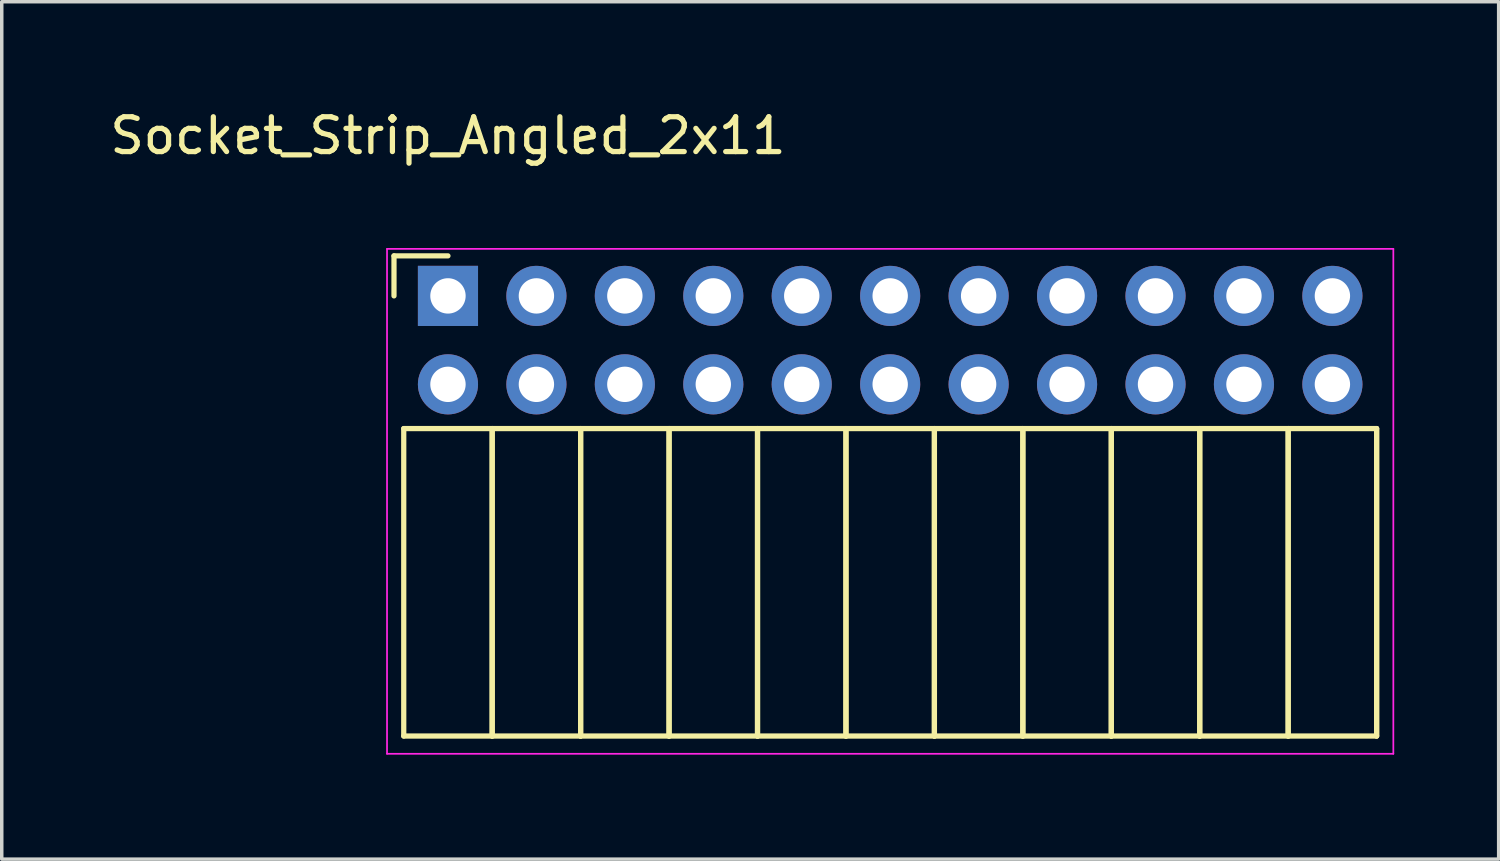
<source format=kicad_pcb>
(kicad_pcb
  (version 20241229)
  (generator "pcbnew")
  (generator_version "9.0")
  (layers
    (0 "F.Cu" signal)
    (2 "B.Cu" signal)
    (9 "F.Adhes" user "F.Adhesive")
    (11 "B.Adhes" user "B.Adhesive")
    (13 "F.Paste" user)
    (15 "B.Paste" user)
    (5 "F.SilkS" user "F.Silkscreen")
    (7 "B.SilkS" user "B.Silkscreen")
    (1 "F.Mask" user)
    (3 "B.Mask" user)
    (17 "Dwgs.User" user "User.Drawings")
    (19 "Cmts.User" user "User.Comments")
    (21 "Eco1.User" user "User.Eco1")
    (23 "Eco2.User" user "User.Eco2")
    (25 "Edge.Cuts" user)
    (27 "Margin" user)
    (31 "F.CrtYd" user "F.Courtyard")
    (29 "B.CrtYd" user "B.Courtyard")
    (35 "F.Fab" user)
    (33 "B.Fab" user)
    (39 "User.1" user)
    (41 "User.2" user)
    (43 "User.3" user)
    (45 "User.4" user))
  (footprint "Socket_Strip_Angled_2x11"
    (layer "F.Cu")
    (at 9.815 5.448)
    (property "Reference" "Socket_Strip_Angled_2x11" (at 0 -4.6 0) (layer "F.SilkS") (effects (font (size 1 1) (thickness 0.15))))
    (attr through_hole)
    (fp_line (start -1.55 -1.15) (end -1.55 0) (stroke (width 0.15) (type solid)) (layer "F.SilkS"))
    (fp_line (start -1.27 3.81) (end -1.27 12.64) (stroke (width 0.15) (type solid)) (layer "F.SilkS"))
    (fp_line (start -1.27 3.81) (end 1.27 3.81) (stroke (width 0.15) (type solid)) (layer "F.SilkS"))
    (fp_line (start -1.27 12.64) (end 1.27 12.64) (stroke (width 0.15) (type solid)) (layer "F.SilkS"))
    (fp_line (start 0 -1.15) (end -1.55 -1.15) (stroke (width 0.15) (type solid)) (layer "F.SilkS"))
    (fp_line (start 1.27 3.81) (end 1.27 12.64) (stroke (width 0.15) (type solid)) (layer "F.SilkS"))
    (fp_line (start 1.27 3.81) (end 3.81 3.81) (stroke (width 0.15) (type solid)) (layer "F.SilkS"))
    (fp_line (start 1.27 12.64) (end 1.27 3.81) (stroke (width 0.15) (type solid)) (layer "F.SilkS"))
    (fp_line (start 1.27 12.64) (end 3.81 12.64) (stroke (width 0.15) (type solid)) (layer "F.SilkS"))
    (fp_line (start 3.81 3.81) (end 3.81 12.64) (stroke (width 0.15) (type solid)) (layer "F.SilkS"))
    (fp_line (start 3.81 3.81) (end 6.35 3.81) (stroke (width 0.15) (type solid)) (layer "F.SilkS"))
    (fp_line (start 3.81 12.64) (end 3.81 3.81) (stroke (width 0.15) (type solid)) (layer "F.SilkS"))
    (fp_line (start 3.81 12.64) (end 6.35 12.64) (stroke (width 0.15) (type solid)) (layer "F.SilkS"))
    (fp_line (start 6.35 3.81) (end 6.35 12.64) (stroke (width 0.15) (type solid)) (layer "F.SilkS"))
    (fp_line (start 6.35 3.81) (end 8.89 3.81) (stroke (width 0.15) (type solid)) (layer "F.SilkS"))
    (fp_line (start 6.35 12.64) (end 6.35 3.81) (stroke (width 0.15) (type solid)) (layer "F.SilkS"))
    (fp_line (start 6.35 12.64) (end 8.89 12.64) (stroke (width 0.15) (type solid)) (layer "F.SilkS"))
    (fp_line (start 8.89 3.81) (end 8.89 12.64) (stroke (width 0.15) (type solid)) (layer "F.SilkS"))
    (fp_line (start 8.89 3.81) (end 11.43 3.81) (stroke (width 0.15) (type solid)) (layer "F.SilkS"))
    (fp_line (start 8.89 12.64) (end 8.89 3.81) (stroke (width 0.15) (type solid)) (layer "F.SilkS"))
    (fp_line (start 8.89 12.64) (end 11.43 12.64) (stroke (width 0.15) (type solid)) (layer "F.SilkS"))
    (fp_line (start 11.43 3.81) (end 11.43 12.64) (stroke (width 0.15) (type solid)) (layer "F.SilkS"))
    (fp_line (start 11.43 3.81) (end 13.97 3.81) (stroke (width 0.15) (type solid)) (layer "F.SilkS"))
    (fp_line (start 11.43 12.64) (end 11.43 3.81) (stroke (width 0.15) (type solid)) (layer "F.SilkS"))
    (fp_line (start 11.43 12.64) (end 13.97 12.64) (stroke (width 0.15) (type solid)) (layer "F.SilkS"))
    (fp_line (start 13.97 3.81) (end 13.97 12.64) (stroke (width 0.15) (type solid)) (layer "F.SilkS"))
    (fp_line (start 13.97 3.81) (end 16.51 3.81) (stroke (width 0.15) (type solid)) (layer "F.SilkS"))
    (fp_line (start 13.97 12.64) (end 13.97 3.81) (stroke (width 0.15) (type solid)) (layer "F.SilkS"))
    (fp_line (start 13.97 12.64) (end 16.51 12.64) (stroke (width 0.15) (type solid)) (layer "F.SilkS"))
    (fp_line (start 16.51 3.81) (end 16.51 12.64) (stroke (width 0.15) (type solid)) (layer "F.SilkS"))
    (fp_line (start 16.51 3.81) (end 19.05 3.81) (stroke (width 0.15) (type solid)) (layer "F.SilkS"))
    (fp_line (start 16.51 12.64) (end 16.51 3.81) (stroke (width 0.15) (type solid)) (layer "F.SilkS"))
    (fp_line (start 16.51 12.64) (end 19.05 12.64) (stroke (width 0.15) (type solid)) (layer "F.SilkS"))
    (fp_line (start 19.05 3.81) (end 19.05 12.64) (stroke (width 0.15) (type solid)) (layer "F.SilkS"))
    (fp_line (start 19.05 3.81) (end 21.59 3.81) (stroke (width 0.15) (type solid)) (layer "F.SilkS"))
    (fp_line (start 19.05 12.64) (end 19.05 3.81) (stroke (width 0.15) (type solid)) (layer "F.SilkS"))
    (fp_line (start 19.05 12.64) (end 21.59 12.64) (stroke (width 0.15) (type solid)) (layer "F.SilkS"))
    (fp_line (start 21.59 3.81) (end 21.59 12.64) (stroke (width 0.15) (type solid)) (layer "F.SilkS"))
    (fp_line (start 21.59 3.81) (end 24.13 3.81) (stroke (width 0.15) (type solid)) (layer "F.SilkS"))
    (fp_line (start 21.59 12.64) (end 21.59 3.81) (stroke (width 0.15) (type solid)) (layer "F.SilkS"))
    (fp_line (start 21.59 12.64) (end 24.13 12.64) (stroke (width 0.15) (type solid)) (layer "F.SilkS"))
    (fp_line (start 24.13 3.81) (end 24.13 12.64) (stroke (width 0.15) (type solid)) (layer "F.SilkS"))
    (fp_line (start 24.13 3.81) (end 26.67 3.81) (stroke (width 0.15) (type solid)) (layer "F.SilkS"))
    (fp_line (start 24.13 12.64) (end 24.13 3.81) (stroke (width 0.15) (type solid)) (layer "F.SilkS"))
    (fp_line (start 24.13 12.64) (end 26.67 12.64) (stroke (width 0.15) (type solid)) (layer "F.SilkS"))
    (fp_line (start 26.67 3.81) (end 26.67 12.64) (stroke (width 0.15) (type solid)) (layer "F.SilkS"))
    (fp_line (start 26.67 12.64) (end 26.67 3.81) (stroke (width 0.15) (type solid)) (layer "F.SilkS"))
    (fp_line (start -1.75 -1.35) (end -1.75 13.15) (stroke (width 0.05) (type solid)) (layer "F.CrtYd"))
    (fp_line (start -1.75 -1.35) (end 27.15 -1.35) (stroke (width 0.05) (type solid)) (layer "F.CrtYd"))
    (fp_line (start -1.75 13.15) (end 27.15 13.15) (stroke (width 0.05) (type solid)) (layer "F.CrtYd"))
    (fp_line (start 27.15 -1.35) (end 27.15 13.15) (stroke (width 0.05) (type solid)) (layer "F.CrtYd"))
    (pad "1" thru_hole rect (at 0 0) (size 1.727 1.727) (drill 1.016) (layers "*.Cu" "*.Mask"))
    (pad "2" thru_hole oval (at 0 2.54) (size 1.727 1.727) (drill 1.016) (layers "*.Cu" "*.Mask"))
    (pad "3" thru_hole oval (at 2.54 0) (size 1.727 1.727) (drill 1.016) (layers "*.Cu" "*.Mask"))
    (pad "4" thru_hole oval (at 2.54 2.54) (size 1.727 1.727) (drill 1.016) (layers "*.Cu" "*.Mask"))
    (pad "5" thru_hole oval (at 5.08 0) (size 1.727 1.727) (drill 1.016) (layers "*.Cu" "*.Mask"))
    (pad "6" thru_hole oval (at 5.08 2.54) (size 1.727 1.727) (drill 1.016) (layers "*.Cu" "*.Mask"))
    (pad "7" thru_hole oval (at 7.62 0) (size 1.727 1.727) (drill 1.016) (layers "*.Cu" "*.Mask"))
    (pad "8" thru_hole oval (at 7.62 2.54) (size 1.727 1.727) (drill 1.016) (layers "*.Cu" "*.Mask"))
    (pad "9" thru_hole oval (at 10.16 0) (size 1.727 1.727) (drill 1.016) (layers "*.Cu" "*.Mask"))
    (pad "10" thru_hole oval (at 10.16 2.54) (size 1.727 1.727) (drill 1.016) (layers "*.Cu" "*.Mask"))
    (pad "11" thru_hole oval (at 12.7 0) (size 1.727 1.727) (drill 1.016) (layers "*.Cu" "*.Mask"))
    (pad "12" thru_hole oval (at 12.7 2.54) (size 1.727 1.727) (drill 1.016) (layers "*.Cu" "*.Mask"))
    (pad "13" thru_hole oval (at 15.24 0) (size 1.727 1.727) (drill 1.016) (layers "*.Cu" "*.Mask"))
    (pad "14" thru_hole oval (at 15.24 2.54) (size 1.727 1.727) (drill 1.016) (layers "*.Cu" "*.Mask"))
    (pad "15" thru_hole oval (at 17.78 0) (size 1.727 1.727) (drill 1.016) (layers "*.Cu" "*.Mask"))
    (pad "16" thru_hole oval (at 17.78 2.54) (size 1.727 1.727) (drill 1.016) (layers "*.Cu" "*.Mask"))
    (pad "17" thru_hole oval (at 20.32 0) (size 1.727 1.727) (drill 1.016) (layers "*.Cu" "*.Mask"))
    (pad "18" thru_hole oval (at 20.32 2.54) (size 1.727 1.727) (drill 1.016) (layers "*.Cu" "*.Mask"))
    (pad "19" thru_hole oval (at 22.86 0) (size 1.727 1.727) (drill 1.016) (layers "*.Cu" "*.Mask"))
    (pad "20" thru_hole oval (at 22.86 2.54) (size 1.727 1.727) (drill 1.016) (layers "*.Cu" "*.Mask"))
    (pad "21" thru_hole oval (at 25.4 0) (size 1.727 1.727) (drill 1.016) (layers "*.Cu" "*.Mask"))
    (pad "22" thru_hole oval (at 25.4 2.54) (size 1.727 1.727) (drill 1.016) (layers "*.Cu" "*.Mask")))
  (gr_rect
    (start -3 -3)
    (end 39.99 21.623)
    (stroke (width 0.1) (type default))
    (fill no)
    (layer "Edge.Cuts")))
</source>
